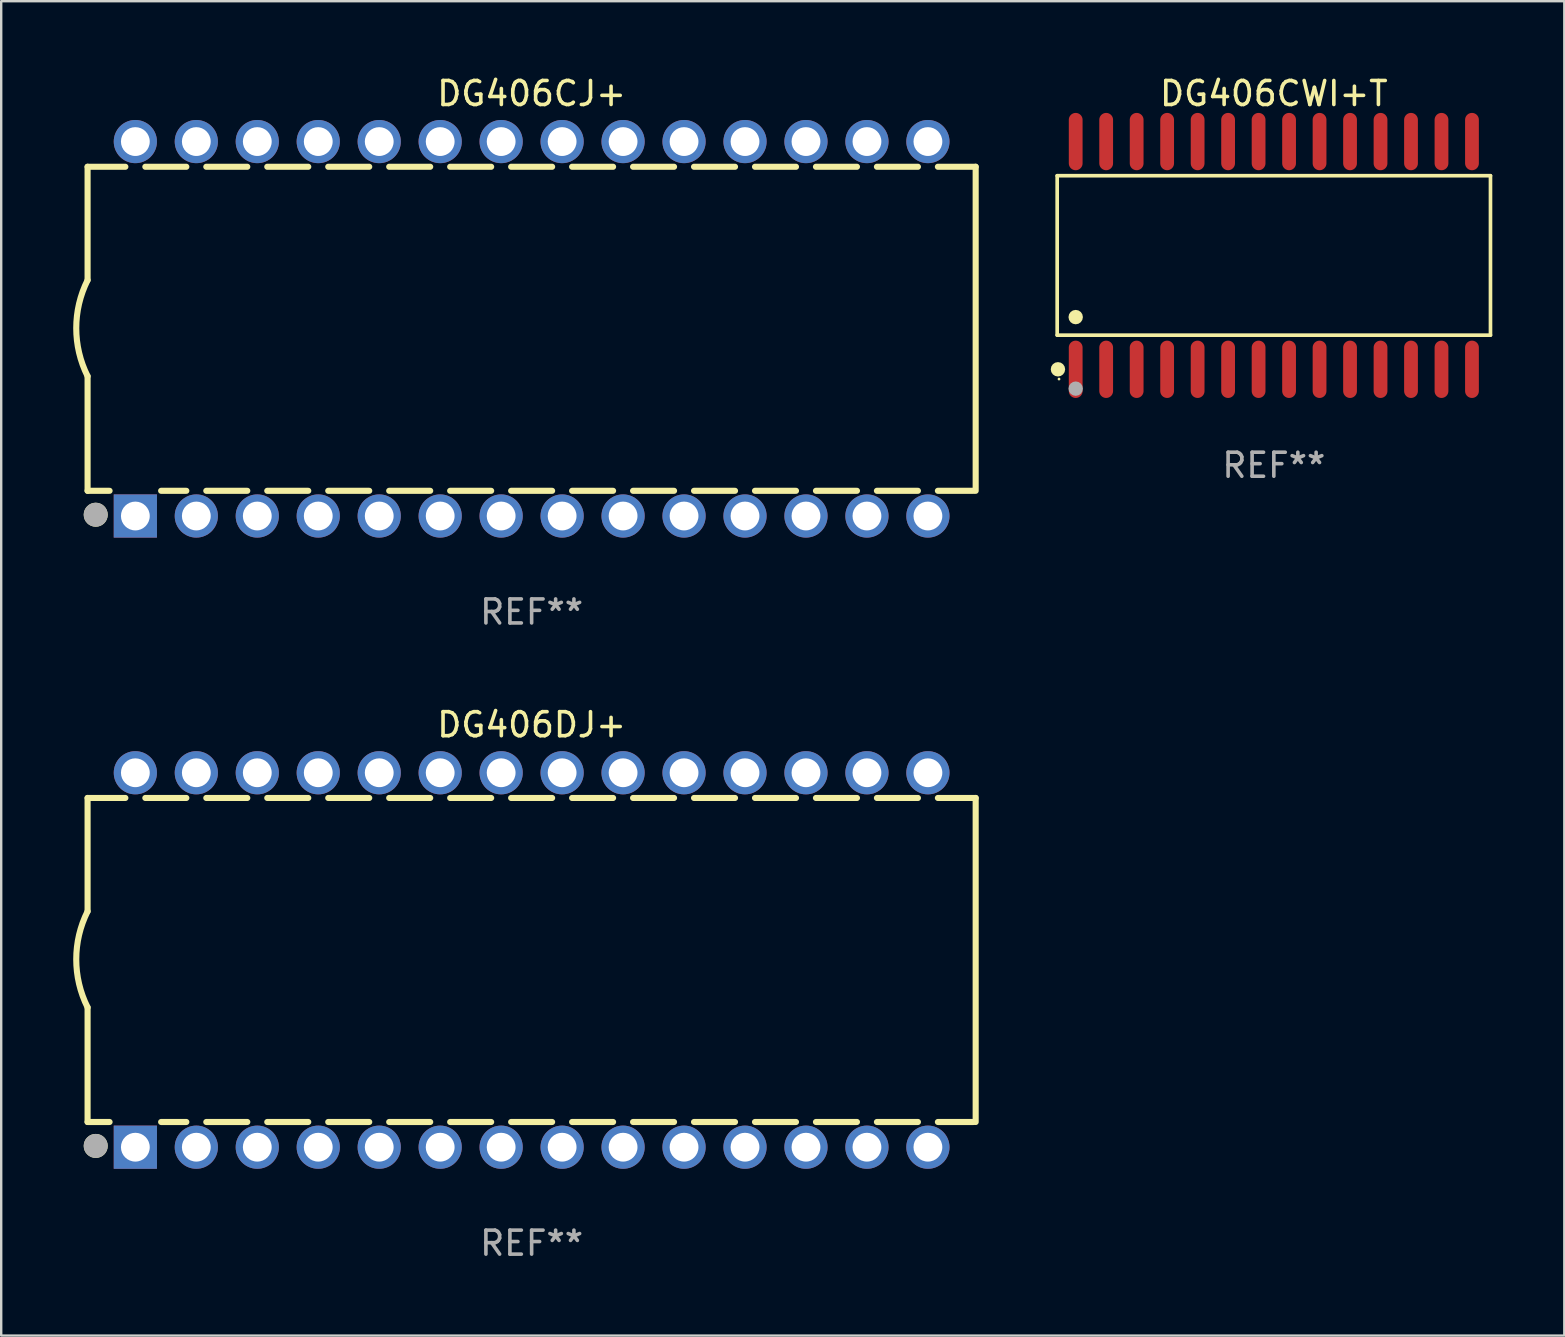
<source format=kicad_pcb>
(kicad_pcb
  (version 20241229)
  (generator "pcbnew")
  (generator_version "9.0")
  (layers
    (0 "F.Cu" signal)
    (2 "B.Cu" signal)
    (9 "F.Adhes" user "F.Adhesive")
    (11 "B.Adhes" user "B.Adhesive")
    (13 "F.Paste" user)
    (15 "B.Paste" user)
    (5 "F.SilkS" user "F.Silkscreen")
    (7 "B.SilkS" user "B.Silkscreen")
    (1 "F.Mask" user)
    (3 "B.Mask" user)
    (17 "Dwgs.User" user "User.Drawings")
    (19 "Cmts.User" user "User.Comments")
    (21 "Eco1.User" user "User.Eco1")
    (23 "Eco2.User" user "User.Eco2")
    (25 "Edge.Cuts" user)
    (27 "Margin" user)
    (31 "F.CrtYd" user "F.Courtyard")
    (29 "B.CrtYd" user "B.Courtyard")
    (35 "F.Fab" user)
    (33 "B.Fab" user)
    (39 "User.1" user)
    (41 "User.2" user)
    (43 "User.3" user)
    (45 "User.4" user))
  (footprint "DG406CJ+"
    (layer "F.Cu")
    (at 19.099 10.648)
    (property "Reference" "DG406CJ+" (at 0 -9.8 0) (layer "F.SilkS") (effects (font (size 1 1) (thickness 0.15))))
    (attr through_hole)
    (fp_line (start -18.5 -6.75) (end -18.5 -2.026) (stroke (width 0.254) (type solid)) (layer "F.SilkS"))
    (fp_line (start -18.5 -6.75) (end -16.926 -6.75) (stroke (width 0.254) (type solid)) (layer "F.SilkS"))
    (fp_line (start -18.5 6.75) (end -18.5 1.974) (stroke (width 0.254) (type solid)) (layer "F.SilkS"))
    (fp_line (start -18.5 6.75) (end -17.584 6.75) (stroke (width 0.254) (type solid)) (layer "F.SilkS"))
    (fp_line (start -16.094 -6.75) (end -14.386 -6.75) (stroke (width 0.254) (type solid)) (layer "F.SilkS"))
    (fp_line (start -15.436 6.75) (end -14.386 6.75) (stroke (width 0.254) (type solid)) (layer "F.SilkS"))
    (fp_line (start -13.554 -6.75) (end -11.846 -6.75) (stroke (width 0.254) (type solid)) (layer "F.SilkS"))
    (fp_line (start -13.554 6.75) (end -11.846 6.75) (stroke (width 0.254) (type solid)) (layer "F.SilkS"))
    (fp_line (start -11.014 -6.75) (end -9.306 -6.75) (stroke (width 0.254) (type solid)) (layer "F.SilkS"))
    (fp_line (start -11.014 6.75) (end -9.306 6.75) (stroke (width 0.254) (type solid)) (layer "F.SilkS"))
    (fp_line (start -8.474 -6.75) (end -6.766 -6.75) (stroke (width 0.254) (type solid)) (layer "F.SilkS"))
    (fp_line (start -8.474 6.75) (end -6.766 6.75) (stroke (width 0.254) (type solid)) (layer "F.SilkS"))
    (fp_line (start -5.934 -6.75) (end -4.226 -6.75) (stroke (width 0.254) (type solid)) (layer "F.SilkS"))
    (fp_line (start -5.934 6.75) (end -4.226 6.75) (stroke (width 0.254) (type solid)) (layer "F.SilkS"))
    (fp_line (start -3.394 -6.75) (end -1.686 -6.75) (stroke (width 0.254) (type solid)) (layer "F.SilkS"))
    (fp_line (start -3.394 6.75) (end -1.686 6.75) (stroke (width 0.254) (type solid)) (layer "F.SilkS"))
    (fp_line (start -0.854 -6.75) (end 0.854 -6.75) (stroke (width 0.254) (type solid)) (layer "F.SilkS"))
    (fp_line (start -0.854 6.75) (end 0.854 6.75) (stroke (width 0.254) (type solid)) (layer "F.SilkS"))
    (fp_line (start 1.686 -6.75) (end 3.394 -6.75) (stroke (width 0.254) (type solid)) (layer "F.SilkS"))
    (fp_line (start 1.686 6.75) (end 3.394 6.75) (stroke (width 0.254) (type solid)) (layer "F.SilkS"))
    (fp_line (start 4.226 -6.75) (end 5.934 -6.75) (stroke (width 0.254) (type solid)) (layer "F.SilkS"))
    (fp_line (start 4.226 6.75) (end 5.934 6.75) (stroke (width 0.254) (type solid)) (layer "F.SilkS"))
    (fp_line (start 6.766 -6.75) (end 8.474 -6.75) (stroke (width 0.254) (type solid)) (layer "F.SilkS"))
    (fp_line (start 6.766 6.75) (end 8.474 6.75) (stroke (width 0.254) (type solid)) (layer "F.SilkS"))
    (fp_line (start 9.306 -6.75) (end 11.014 -6.75) (stroke (width 0.254) (type solid)) (layer "F.SilkS"))
    (fp_line (start 9.306 6.75) (end 11.014 6.75) (stroke (width 0.254) (type solid)) (layer "F.SilkS"))
    (fp_line (start 11.846 -6.75) (end 13.554 -6.75) (stroke (width 0.254) (type solid)) (layer "F.SilkS"))
    (fp_line (start 11.846 6.75) (end 13.554 6.75) (stroke (width 0.254) (type solid)) (layer "F.SilkS"))
    (fp_line (start 14.386 -6.75) (end 16.094 -6.75) (stroke (width 0.254) (type solid)) (layer "F.SilkS"))
    (fp_line (start 14.386 6.75) (end 16.094 6.75) (stroke (width 0.254) (type solid)) (layer "F.SilkS"))
    (fp_line (start 16.926 -6.75) (end 18.5 -6.75) (stroke (width 0.254) (type solid)) (layer "F.SilkS"))
    (fp_line (start 16.926 6.75) (end 18.415 6.75) (stroke (width 0.254) (type solid)) (layer "F.SilkS"))
    (fp_line (start 18.5 6.75) (end 18.5 -6.75) (stroke (width 0.254) (type solid)) (layer "F.SilkS"))
    (fp_arc (start -18.500051 1.974384) (mid -18.972187 -0.025616) (end -18.500051 -2.025616) (stroke (width 0.254001) (type solid)) (layer "F.SilkS"))
    (fp_circle (center -18.5 7.8) (end -18.47 7.8) (stroke (width 0.06) (type solid)) (fill no) (layer "F.SilkS"))
    (fp_circle (center -18.161 7.747) (end -17.911 7.747) (stroke (width 0.5) (type solid)) (fill no) (layer "F.SilkS"))
    (fp_circle (center -18.161 7.747) (end -17.911 7.747) (stroke (width 0.5) (type solid)) (fill no) (layer "F.Fab"))
    (fp_text user "REF**" (at 0 11.8 0) (layer "F.Fab") (effects (font (size 1 1) (thickness 0.15))))
    (pad "1" thru_hole rect (at -16.51 7.8) (size 1.8 1.8) (drill 1.2) (layers "*.Cu" "*.Mask"))
    (pad "2" thru_hole circle (at -13.97 7.8) (size 1.8 1.8) (drill 1.2) (layers "*.Cu" "*.Mask"))
    (pad "3" thru_hole circle (at -11.43 7.8) (size 1.8 1.8) (drill 1.2) (layers "*.Cu" "*.Mask"))
    (pad "4" thru_hole circle (at -8.89 7.8) (size 1.8 1.8) (drill 1.2) (layers "*.Cu" "*.Mask"))
    (pad "5" thru_hole circle (at -6.35 7.8) (size 1.8 1.8) (drill 1.2) (layers "*.Cu" "*.Mask"))
    (pad "6" thru_hole circle (at -3.81 7.8) (size 1.8 1.8) (drill 1.2) (layers "*.Cu" "*.Mask"))
    (pad "7" thru_hole circle (at -1.27 7.8) (size 1.8 1.8) (drill 1.2) (layers "*.Cu" "*.Mask"))
    (pad "8" thru_hole circle (at 1.27 7.8) (size 1.8 1.8) (drill 1.2) (layers "*.Cu" "*.Mask"))
    (pad "9" thru_hole circle (at 3.81 7.8) (size 1.8 1.8) (drill 1.2) (layers "*.Cu" "*.Mask"))
    (pad "10" thru_hole circle (at 6.35 7.8) (size 1.8 1.8) (drill 1.2) (layers "*.Cu" "*.Mask"))
    (pad "11" thru_hole circle (at 8.89 7.8) (size 1.8 1.8) (drill 1.2) (layers "*.Cu" "*.Mask"))
    (pad "12" thru_hole circle (at 11.43 7.8) (size 1.8 1.8) (drill 1.2) (layers "*.Cu" "*.Mask"))
    (pad "13" thru_hole circle (at 13.97 7.8) (size 1.8 1.8) (drill 1.2) (layers "*.Cu" "*.Mask"))
    (pad "14" thru_hole circle (at 16.51 7.8) (size 1.8 1.8) (drill 1.2) (layers "*.Cu" "*.Mask"))
    (pad "15" thru_hole circle (at 16.51 -7.8) (size 1.8 1.8) (drill 1.2) (layers "*.Cu" "*.Mask"))
    (pad "16" thru_hole circle (at 13.97 -7.8) (size 1.8 1.8) (drill 1.2) (layers "*.Cu" "*.Mask"))
    (pad "17" thru_hole circle (at 11.43 -7.8) (size 1.8 1.8) (drill 1.2) (layers "*.Cu" "*.Mask"))
    (pad "18" thru_hole circle (at 8.89 -7.8) (size 1.8 1.8) (drill 1.2) (layers "*.Cu" "*.Mask"))
    (pad "19" thru_hole circle (at 6.35 -7.8) (size 1.8 1.8) (drill 1.2) (layers "*.Cu" "*.Mask"))
    (pad "20" thru_hole circle (at 3.81 -7.8) (size 1.8 1.8) (drill 1.2) (layers "*.Cu" "*.Mask"))
    (pad "21" thru_hole circle (at 1.27 -7.8) (size 1.8 1.8) (drill 1.2) (layers "*.Cu" "*.Mask"))
    (pad "22" thru_hole circle (at -1.27 -7.8) (size 1.8 1.8) (drill 1.2) (layers "*.Cu" "*.Mask"))
    (pad "23" thru_hole circle (at -3.81 -7.8) (size 1.8 1.8) (drill 1.2) (layers "*.Cu" "*.Mask"))
    (pad "24" thru_hole circle (at -6.35 -7.8) (size 1.8 1.8) (drill 1.2) (layers "*.Cu" "*.Mask"))
    (pad "25" thru_hole circle (at -8.89 -7.8) (size 1.8 1.8) (drill 1.2) (layers "*.Cu" "*.Mask"))
    (pad "26" thru_hole circle (at -11.43 -7.8) (size 1.8 1.8) (drill 1.2) (layers "*.Cu" "*.Mask"))
    (pad "27" thru_hole circle (at -13.97 -7.8) (size 1.8 1.8) (drill 1.2) (layers "*.Cu" "*.Mask"))
    (pad "28" thru_hole circle (at -16.51 -7.8) (size 1.8 1.8) (drill 1.2) (layers "*.Cu" "*.Mask")))
  (footprint "DG406CWI+T"
    (layer "F.Cu")
    (at 50.021 7.592)
    (property "Reference" "DG406CWI+T" (at 0 -6.744 0) (layer "F.SilkS") (effects (font (size 1 1) (thickness 0.15))))
    (attr through_hole)
    (fp_line (start -9.026 -3.321) (end 9.026 -3.321) (stroke (width 0.152) (type solid)) (layer "F.SilkS"))
    (fp_line (start -9.026 3.321) (end -9.026 -3.321) (stroke (width 0.152) (type solid)) (layer "F.SilkS"))
    (fp_line (start 9.026 -3.321) (end 9.026 3.321) (stroke (width 0.152) (type solid)) (layer "F.SilkS"))
    (fp_line (start 9.026 3.321) (end -9.026 3.321) (stroke (width 0.152) (type solid)) (layer "F.SilkS"))
    (fp_circle (center -8.994 4.744) (end -8.844 4.744) (stroke (width 0.3) (type solid)) (fill no) (layer "F.SilkS"))
    (fp_circle (center -8.95 5.15) (end -8.92 5.15) (stroke (width 0.06) (type solid)) (fill no) (layer "F.SilkS"))
    (fp_circle (center -8.255 2.569) (end -8.105 2.569) (stroke (width 0.3) (type solid)) (fill no) (layer "F.SilkS"))
    (fp_circle (center -8.255 5.55) (end -8.105 5.55) (stroke (width 0.3) (type solid)) (fill no) (layer "F.Fab"))
    (fp_text user "REF**" (at 0 8.744 0) (layer "F.Fab") (effects (font (size 1 1) (thickness 0.15))))
    (pad "1" smd oval (at -8.255 4.744) (size 0.574 2.388) (layers "F.Cu" "F.Mask" "F.Paste"))
    (pad "2" smd oval (at -6.985 4.744) (size 0.574 2.388) (layers "F.Cu" "F.Mask" "F.Paste"))
    (pad "3" smd oval (at -5.715 4.744) (size 0.574 2.388) (layers "F.Cu" "F.Mask" "F.Paste"))
    (pad "4" smd oval (at -4.445 4.744) (size 0.574 2.388) (layers "F.Cu" "F.Mask" "F.Paste"))
    (pad "5" smd oval (at -3.175 4.744) (size 0.574 2.388) (layers "F.Cu" "F.Mask" "F.Paste"))
    (pad "6" smd oval (at -1.905 4.744) (size 0.574 2.388) (layers "F.Cu" "F.Mask" "F.Paste"))
    (pad "7" smd oval (at -0.635 4.744) (size 0.574 2.388) (layers "F.Cu" "F.Mask" "F.Paste"))
    (pad "8" smd oval (at 0.635 4.744) (size 0.574 2.388) (layers "F.Cu" "F.Mask" "F.Paste"))
    (pad "9" smd oval (at 1.905 4.744) (size 0.574 2.388) (layers "F.Cu" "F.Mask" "F.Paste"))
    (pad "10" smd oval (at 3.175 4.744) (size 0.574 2.388) (layers "F.Cu" "F.Mask" "F.Paste"))
    (pad "11" smd oval (at 4.445 4.744) (size 0.574 2.388) (layers "F.Cu" "F.Mask" "F.Paste"))
    (pad "12" smd oval (at 5.715 4.744) (size 0.574 2.388) (layers "F.Cu" "F.Mask" "F.Paste"))
    (pad "13" smd oval (at 6.985 4.744) (size 0.574 2.388) (layers "F.Cu" "F.Mask" "F.Paste"))
    (pad "14" smd oval (at 8.255 4.744) (size 0.574 2.388) (layers "F.Cu" "F.Mask" "F.Paste"))
    (pad "15" smd oval (at 8.255 -4.744) (size 0.574 2.388) (layers "F.Cu" "F.Mask" "F.Paste"))
    (pad "16" smd oval (at 6.985 -4.744) (size 0.574 2.388) (layers "F.Cu" "F.Mask" "F.Paste"))
    (pad "17" smd oval (at 5.715 -4.744) (size 0.574 2.388) (layers "F.Cu" "F.Mask" "F.Paste"))
    (pad "18" smd oval (at 4.445 -4.744) (size 0.574 2.388) (layers "F.Cu" "F.Mask" "F.Paste"))
    (pad "19" smd oval (at 3.175 -4.744) (size 0.574 2.388) (layers "F.Cu" "F.Mask" "F.Paste"))
    (pad "20" smd oval (at 1.905 -4.744) (size 0.574 2.388) (layers "F.Cu" "F.Mask" "F.Paste"))
    (pad "21" smd oval (at 0.635 -4.744) (size 0.574 2.388) (layers "F.Cu" "F.Mask" "F.Paste"))
    (pad "22" smd oval (at -0.635 -4.744) (size 0.574 2.388) (layers "F.Cu" "F.Mask" "F.Paste"))
    (pad "23" smd oval (at -1.905 -4.744) (size 0.574 2.388) (layers "F.Cu" "F.Mask" "F.Paste"))
    (pad "24" smd oval (at -3.175 -4.744) (size 0.574 2.388) (layers "F.Cu" "F.Mask" "F.Paste"))
    (pad "25" smd oval (at -4.445 -4.744) (size 0.574 2.388) (layers "F.Cu" "F.Mask" "F.Paste"))
    (pad "26" smd oval (at -5.715 -4.744) (size 0.574 2.388) (layers "F.Cu" "F.Mask" "F.Paste"))
    (pad "27" smd oval (at -6.985 -4.744) (size 0.574 2.388) (layers "F.Cu" "F.Mask" "F.Paste"))
    (pad "28" smd oval (at -8.255 -4.744) (size 0.574 2.388) (layers "F.Cu" "F.Mask" "F.Paste")))
  (footprint "DG406DJ+"
    (layer "F.Cu")
    (at 19.099 36.945)
    (property "Reference" "DG406DJ+" (at 0 -9.8 0) (layer "F.SilkS") (effects (font (size 1 1) (thickness 0.15))))
    (attr through_hole)
    (fp_line (start -18.5 -6.75) (end -18.5 -2.026) (stroke (width 0.254) (type solid)) (layer "F.SilkS"))
    (fp_line (start -18.5 -6.75) (end -16.926 -6.75) (stroke (width 0.254) (type solid)) (layer "F.SilkS"))
    (fp_line (start -18.5 6.75) (end -18.5 1.974) (stroke (width 0.254) (type solid)) (layer "F.SilkS"))
    (fp_line (start -18.5 6.75) (end -17.584 6.75) (stroke (width 0.254) (type solid)) (layer "F.SilkS"))
    (fp_line (start -16.094 -6.75) (end -14.386 -6.75) (stroke (width 0.254) (type solid)) (layer "F.SilkS"))
    (fp_line (start -15.436 6.75) (end -14.386 6.75) (stroke (width 0.254) (type solid)) (layer "F.SilkS"))
    (fp_line (start -13.554 -6.75) (end -11.846 -6.75) (stroke (width 0.254) (type solid)) (layer "F.SilkS"))
    (fp_line (start -13.554 6.75) (end -11.846 6.75) (stroke (width 0.254) (type solid)) (layer "F.SilkS"))
    (fp_line (start -11.014 -6.75) (end -9.306 -6.75) (stroke (width 0.254) (type solid)) (layer "F.SilkS"))
    (fp_line (start -11.014 6.75) (end -9.306 6.75) (stroke (width 0.254) (type solid)) (layer "F.SilkS"))
    (fp_line (start -8.474 -6.75) (end -6.766 -6.75) (stroke (width 0.254) (type solid)) (layer "F.SilkS"))
    (fp_line (start -8.474 6.75) (end -6.766 6.75) (stroke (width 0.254) (type solid)) (layer "F.SilkS"))
    (fp_line (start -5.934 -6.75) (end -4.226 -6.75) (stroke (width 0.254) (type solid)) (layer "F.SilkS"))
    (fp_line (start -5.934 6.75) (end -4.226 6.75) (stroke (width 0.254) (type solid)) (layer "F.SilkS"))
    (fp_line (start -3.394 -6.75) (end -1.686 -6.75) (stroke (width 0.254) (type solid)) (layer "F.SilkS"))
    (fp_line (start -3.394 6.75) (end -1.686 6.75) (stroke (width 0.254) (type solid)) (layer "F.SilkS"))
    (fp_line (start -0.854 -6.75) (end 0.854 -6.75) (stroke (width 0.254) (type solid)) (layer "F.SilkS"))
    (fp_line (start -0.854 6.75) (end 0.854 6.75) (stroke (width 0.254) (type solid)) (layer "F.SilkS"))
    (fp_line (start 1.686 -6.75) (end 3.394 -6.75) (stroke (width 0.254) (type solid)) (layer "F.SilkS"))
    (fp_line (start 1.686 6.75) (end 3.394 6.75) (stroke (width 0.254) (type solid)) (layer "F.SilkS"))
    (fp_line (start 4.226 -6.75) (end 5.934 -6.75) (stroke (width 0.254) (type solid)) (layer "F.SilkS"))
    (fp_line (start 4.226 6.75) (end 5.934 6.75) (stroke (width 0.254) (type solid)) (layer "F.SilkS"))
    (fp_line (start 6.766 -6.75) (end 8.474 -6.75) (stroke (width 0.254) (type solid)) (layer "F.SilkS"))
    (fp_line (start 6.766 6.75) (end 8.474 6.75) (stroke (width 0.254) (type solid)) (layer "F.SilkS"))
    (fp_line (start 9.306 -6.75) (end 11.014 -6.75) (stroke (width 0.254) (type solid)) (layer "F.SilkS"))
    (fp_line (start 9.306 6.75) (end 11.014 6.75) (stroke (width 0.254) (type solid)) (layer "F.SilkS"))
    (fp_line (start 11.846 -6.75) (end 13.554 -6.75) (stroke (width 0.254) (type solid)) (layer "F.SilkS"))
    (fp_line (start 11.846 6.75) (end 13.554 6.75) (stroke (width 0.254) (type solid)) (layer "F.SilkS"))
    (fp_line (start 14.386 -6.75) (end 16.094 -6.75) (stroke (width 0.254) (type solid)) (layer "F.SilkS"))
    (fp_line (start 14.386 6.75) (end 16.094 6.75) (stroke (width 0.254) (type solid)) (layer "F.SilkS"))
    (fp_line (start 16.926 -6.75) (end 18.5 -6.75) (stroke (width 0.254) (type solid)) (layer "F.SilkS"))
    (fp_line (start 16.926 6.75) (end 18.415 6.75) (stroke (width 0.254) (type solid)) (layer "F.SilkS"))
    (fp_line (start 18.5 6.75) (end 18.5 -6.75) (stroke (width 0.254) (type solid)) (layer "F.SilkS"))
    (fp_arc (start -18.500051 1.974384) (mid -18.972187 -0.025616) (end -18.500051 -2.025616) (stroke (width 0.254001) (type solid)) (layer "F.SilkS"))
    (fp_circle (center -18.5 7.8) (end -18.47 7.8) (stroke (width 0.06) (type solid)) (fill no) (layer "F.SilkS"))
    (fp_circle (center -18.161 7.747) (end -17.911 7.747) (stroke (width 0.5) (type solid)) (fill no) (layer "F.SilkS"))
    (fp_circle (center -18.161 7.747) (end -17.911 7.747) (stroke (width 0.5) (type solid)) (fill no) (layer "F.Fab"))
    (fp_text user "REF**" (at 0 11.8 0) (layer "F.Fab") (effects (font (size 1 1) (thickness 0.15))))
    (pad "1" thru_hole rect (at -16.51 7.8) (size 1.8 1.8) (drill 1.2) (layers "*.Cu" "*.Mask"))
    (pad "2" thru_hole circle (at -13.97 7.8) (size 1.8 1.8) (drill 1.2) (layers "*.Cu" "*.Mask"))
    (pad "3" thru_hole circle (at -11.43 7.8) (size 1.8 1.8) (drill 1.2) (layers "*.Cu" "*.Mask"))
    (pad "4" thru_hole circle (at -8.89 7.8) (size 1.8 1.8) (drill 1.2) (layers "*.Cu" "*.Mask"))
    (pad "5" thru_hole circle (at -6.35 7.8) (size 1.8 1.8) (drill 1.2) (layers "*.Cu" "*.Mask"))
    (pad "6" thru_hole circle (at -3.81 7.8) (size 1.8 1.8) (drill 1.2) (layers "*.Cu" "*.Mask"))
    (pad "7" thru_hole circle (at -1.27 7.8) (size 1.8 1.8) (drill 1.2) (layers "*.Cu" "*.Mask"))
    (pad "8" thru_hole circle (at 1.27 7.8) (size 1.8 1.8) (drill 1.2) (layers "*.Cu" "*.Mask"))
    (pad "9" thru_hole circle (at 3.81 7.8) (size 1.8 1.8) (drill 1.2) (layers "*.Cu" "*.Mask"))
    (pad "10" thru_hole circle (at 6.35 7.8) (size 1.8 1.8) (drill 1.2) (layers "*.Cu" "*.Mask"))
    (pad "11" thru_hole circle (at 8.89 7.8) (size 1.8 1.8) (drill 1.2) (layers "*.Cu" "*.Mask"))
    (pad "12" thru_hole circle (at 11.43 7.8) (size 1.8 1.8) (drill 1.2) (layers "*.Cu" "*.Mask"))
    (pad "13" thru_hole circle (at 13.97 7.8) (size 1.8 1.8) (drill 1.2) (layers "*.Cu" "*.Mask"))
    (pad "14" thru_hole circle (at 16.51 7.8) (size 1.8 1.8) (drill 1.2) (layers "*.Cu" "*.Mask"))
    (pad "15" thru_hole circle (at 16.51 -7.8) (size 1.8 1.8) (drill 1.2) (layers "*.Cu" "*.Mask"))
    (pad "16" thru_hole circle (at 13.97 -7.8) (size 1.8 1.8) (drill 1.2) (layers "*.Cu" "*.Mask"))
    (pad "17" thru_hole circle (at 11.43 -7.8) (size 1.8 1.8) (drill 1.2) (layers "*.Cu" "*.Mask"))
    (pad "18" thru_hole circle (at 8.89 -7.8) (size 1.8 1.8) (drill 1.2) (layers "*.Cu" "*.Mask"))
    (pad "19" thru_hole circle (at 6.35 -7.8) (size 1.8 1.8) (drill 1.2) (layers "*.Cu" "*.Mask"))
    (pad "20" thru_hole circle (at 3.81 -7.8) (size 1.8 1.8) (drill 1.2) (layers "*.Cu" "*.Mask"))
    (pad "21" thru_hole circle (at 1.27 -7.8) (size 1.8 1.8) (drill 1.2) (layers "*.Cu" "*.Mask"))
    (pad "22" thru_hole circle (at -1.27 -7.8) (size 1.8 1.8) (drill 1.2) (layers "*.Cu" "*.Mask"))
    (pad "23" thru_hole circle (at -3.81 -7.8) (size 1.8 1.8) (drill 1.2) (layers "*.Cu" "*.Mask"))
    (pad "24" thru_hole circle (at -6.35 -7.8) (size 1.8 1.8) (drill 1.2) (layers "*.Cu" "*.Mask"))
    (pad "25" thru_hole circle (at -8.89 -7.8) (size 1.8 1.8) (drill 1.2) (layers "*.Cu" "*.Mask"))
    (pad "26" thru_hole circle (at -11.43 -7.8) (size 1.8 1.8) (drill 1.2) (layers "*.Cu" "*.Mask"))
    (pad "27" thru_hole circle (at -13.97 -7.8) (size 1.8 1.8) (drill 1.2) (layers "*.Cu" "*.Mask"))
    (pad "28" thru_hole circle (at -16.51 -7.8) (size 1.8 1.8) (drill 1.2) (layers "*.Cu" "*.Mask")))
  (gr_rect
    (start -3 -3)
    (end 62.123 52.593)
    (stroke (width 0.1) (type default))
    (fill no)
    (layer "Edge.Cuts")))
</source>
